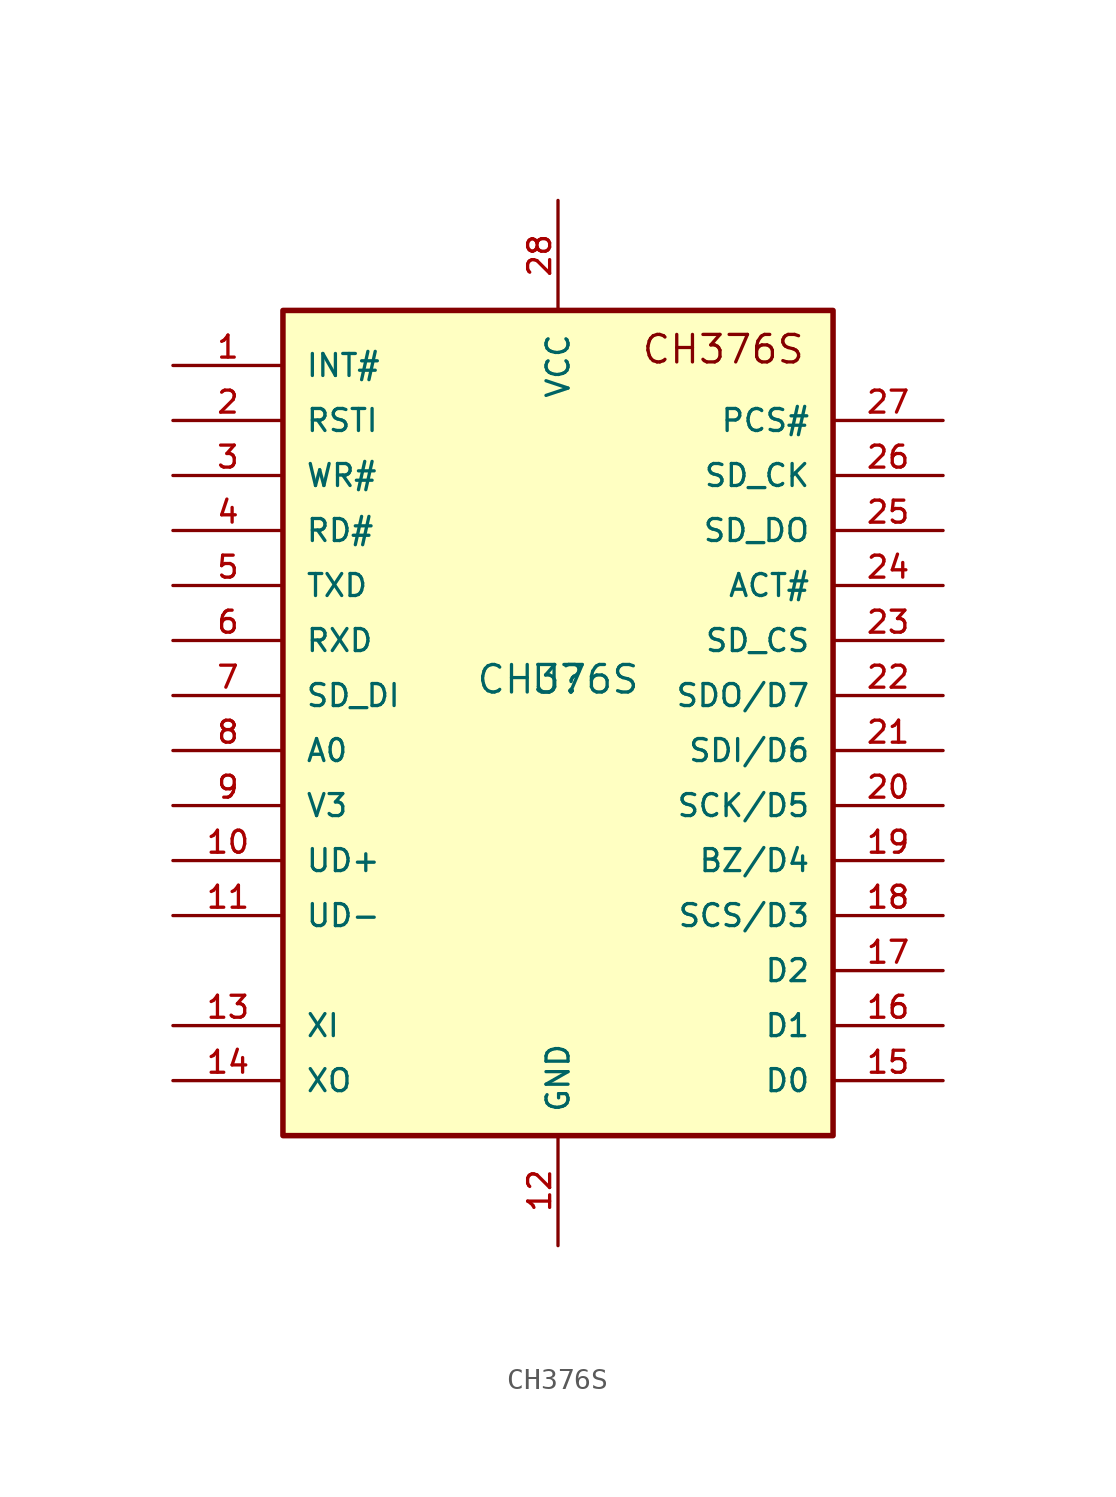
<source format=kicad_sym>
(kicad_symbol_lib
  (version 20220914)
  (generator kicad_symbol_editor)
  (symbol "CH376S"
    (pin_names
      (offset 1.016))
    (property "Reference" "U"
      (at 0 0 0)
      (effects (font (size 1.27 1.27)) (justify bottom)))
    (property "Value" "CH376S"
      (at 0 0 0)
      (effects (font (size 1.27 1.27)) (justify bottom)))
    (symbol "CH376S_0_0"
      (rectangle (start -12.7 -20.32) (end 12.7 17.78) (stroke (width 0.254) (type default)) (fill (type background)))
      (text "CH376S" (at 3.81 15.24 0) (effects (font (size 1.27 1.27)) (justify left bottom)))
      (pin bidirectional line (at -17.78 15.24 0) (length 5.08) (name "INT#" (effects (font (size 1.016 1.016)))) (number "1" (effects (font (size 1.016 1.016)))))
      (pin bidirectional line (at -17.78 -7.62 0) (length 5.08) (name "UD+" (effects (font (size 1.016 1.016)))) (number "10" (effects (font (size 1.016 1.016)))))
      (pin bidirectional line (at -17.78 -10.16 0) (length 5.08) (name "UD-" (effects (font (size 1.016 1.016)))) (number "11" (effects (font (size 1.016 1.016)))))
      (pin power_in line (at 0 -25.4 90) (length 5.08) (name "GND" (effects (font (size 1.016 1.016)))) (number "12" (effects (font (size 1.016 1.016)))))
      (pin bidirectional line (at -17.78 -15.24 0) (length 5.08) (name "XI" (effects (font (size 1.016 1.016)))) (number "13" (effects (font (size 1.016 1.016)))))
      (pin bidirectional line (at -17.78 -17.78 0) (length 5.08) (name "XO" (effects (font (size 1.016 1.016)))) (number "14" (effects (font (size 1.016 1.016)))))
      (pin bidirectional line (at 17.78 -17.78 180) (length 5.08) (name "D0" (effects (font (size 1.016 1.016)))) (number "15" (effects (font (size 1.016 1.016)))))
      (pin bidirectional line (at 17.78 -15.24 180) (length 5.08) (name "D1" (effects (font (size 1.016 1.016)))) (number "16" (effects (font (size 1.016 1.016)))))
      (pin bidirectional line (at 17.78 -12.7 180) (length 5.08) (name "D2" (effects (font (size 1.016 1.016)))) (number "17" (effects (font (size 1.016 1.016)))))
      (pin bidirectional line (at 17.78 -10.16 180) (length 5.08) (name "SCS/D3" (effects (font (size 1.016 1.016)))) (number "18" (effects (font (size 1.016 1.016)))))
      (pin bidirectional line (at 17.78 -7.62 180) (length 5.08) (name "BZ/D4" (effects (font (size 1.016 1.016)))) (number "19" (effects (font (size 1.016 1.016)))))
      (pin bidirectional line (at -17.78 12.7 0) (length 5.08) (name "RSTI" (effects (font (size 1.016 1.016)))) (number "2" (effects (font (size 1.016 1.016)))))
      (pin bidirectional line (at 17.78 -5.08 180) (length 5.08) (name "SCK/D5" (effects (font (size 1.016 1.016)))) (number "20" (effects (font (size 1.016 1.016)))))
      (pin bidirectional line (at 17.78 -2.54 180) (length 5.08) (name "SDI/D6" (effects (font (size 1.016 1.016)))) (number "21" (effects (font (size 1.016 1.016)))))
      (pin bidirectional line (at 17.78 0 180) (length 5.08) (name "SDO/D7" (effects (font (size 1.016 1.016)))) (number "22" (effects (font (size 1.016 1.016)))))
      (pin bidirectional line (at 17.78 2.54 180) (length 5.08) (name "SD_CS" (effects (font (size 1.016 1.016)))) (number "23" (effects (font (size 1.016 1.016)))))
      (pin bidirectional line (at 17.78 5.08 180) (length 5.08) (name "ACT#" (effects (font (size 1.016 1.016)))) (number "24" (effects (font (size 1.016 1.016)))))
      (pin bidirectional line (at 17.78 7.62 180) (length 5.08) (name "SD_DO" (effects (font (size 1.016 1.016)))) (number "25" (effects (font (size 1.016 1.016)))))
      (pin bidirectional line (at 17.78 10.16 180) (length 5.08) (name "SD_CK" (effects (font (size 1.016 1.016)))) (number "26" (effects (font (size 1.016 1.016)))))
      (pin bidirectional line (at 17.78 12.7 180) (length 5.08) (name "PCS#" (effects (font (size 1.016 1.016)))) (number "27" (effects (font (size 1.016 1.016)))))
      (pin power_in line (at 0 22.86 270) (length 5.08) (name "VCC" (effects (font (size 1.016 1.016)))) (number "28" (effects (font (size 1.016 1.016)))))
      (pin bidirectional line (at -17.78 10.16 0) (length 5.08) (name "WR#" (effects (font (size 1.016 1.016)))) (number "3" (effects (font (size 1.016 1.016)))))
      (pin bidirectional line (at -17.78 7.62 0) (length 5.08) (name "RD#" (effects (font (size 1.016 1.016)))) (number "4" (effects (font (size 1.016 1.016)))))
      (pin bidirectional line (at -17.78 5.08 0) (length 5.08) (name "TXD" (effects (font (size 1.016 1.016)))) (number "5" (effects (font (size 1.016 1.016)))))
      (pin bidirectional line (at -17.78 2.54 0) (length 5.08) (name "RXD" (effects (font (size 1.016 1.016)))) (number "6" (effects (font (size 1.016 1.016)))))
      (pin bidirectional line (at -17.78 0 0) (length 5.08) (name "SD_DI" (effects (font (size 1.016 1.016)))) (number "7" (effects (font (size 1.016 1.016)))))
      (pin bidirectional line (at -17.78 -2.54 0) (length 5.08) (name "A0" (effects (font (size 1.016 1.016)))) (number "8" (effects (font (size 1.016 1.016)))))
      (pin bidirectional line (at -17.78 -5.08 0) (length 5.08) (name "V3" (effects (font (size 1.016 1.016)))) (number "9" (effects (font (size 1.016 1.016))))))))
</source>
